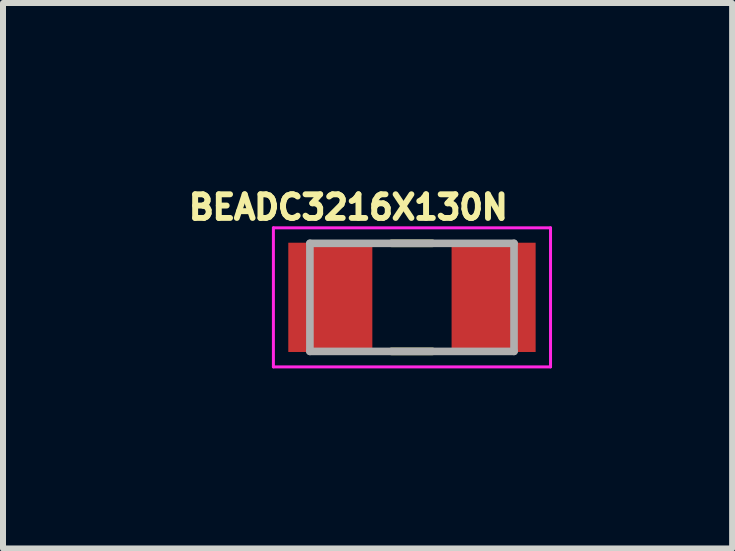
<source format=kicad_pcb>
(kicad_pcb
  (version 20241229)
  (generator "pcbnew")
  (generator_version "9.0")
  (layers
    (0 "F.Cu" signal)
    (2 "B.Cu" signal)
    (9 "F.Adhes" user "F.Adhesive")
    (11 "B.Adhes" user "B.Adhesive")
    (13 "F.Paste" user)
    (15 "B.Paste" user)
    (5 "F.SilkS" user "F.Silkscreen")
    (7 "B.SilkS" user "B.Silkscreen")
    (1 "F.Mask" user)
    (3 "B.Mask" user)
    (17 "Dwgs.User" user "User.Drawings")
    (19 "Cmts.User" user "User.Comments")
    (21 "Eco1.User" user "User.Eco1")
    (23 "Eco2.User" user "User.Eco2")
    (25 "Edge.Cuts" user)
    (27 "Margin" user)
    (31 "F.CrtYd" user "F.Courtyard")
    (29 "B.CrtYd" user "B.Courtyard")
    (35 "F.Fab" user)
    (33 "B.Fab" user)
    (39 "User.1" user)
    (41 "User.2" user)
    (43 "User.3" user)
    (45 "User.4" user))
  (footprint "BEADC3216X130N"
    (layer "F.Cu")
    (at 3.812 1.903)
    (property "Reference" "BEADC3216X130N" (at -1.06 -1.5 0) (layer "F.SilkS") (effects (font (size 0.394 0.394) (thickness 0.15))))
    (attr smd)
    (fp_line (start -0.34 -0.9) (end 0.34 -0.9) (stroke (width 0.127) (type solid)) (layer "F.SilkS"))
    (fp_line (start -0.34 0.9) (end 0.34 0.9) (stroke (width 0.127) (type solid)) (layer "F.SilkS"))
    (fp_line (start -2.308 -1.158) (end 2.308 -1.158) (stroke (width 0.05) (type solid)) (layer "F.CrtYd"))
    (fp_line (start -2.308 1.158) (end -2.308 -1.158) (stroke (width 0.05) (type solid)) (layer "F.CrtYd"))
    (fp_line (start -2.308 1.158) (end 2.308 1.158) (stroke (width 0.05) (type solid)) (layer "F.CrtYd"))
    (fp_line (start 2.308 1.158) (end 2.308 -1.158) (stroke (width 0.05) (type solid)) (layer "F.CrtYd"))
    (fp_line (start -1.7 0.9) (end -1.7 -0.9) (stroke (width 0.127) (type solid)) (layer "F.Fab"))
    (fp_line (start 1.7 -0.9) (end -1.7 -0.9) (stroke (width 0.127) (type solid)) (layer "F.Fab"))
    (fp_line (start 1.7 0.9) (end -1.7 0.9) (stroke (width 0.127) (type solid)) (layer "F.Fab"))
    (fp_line (start 1.7 0.9) (end 1.7 -0.9) (stroke (width 0.127) (type solid)) (layer "F.Fab"))
    (pad "1" smd rect (at -1.36 0) (size 1.4 1.82) (layers "F.Cu" "F.Mask" "F.Paste"))
    (pad "2" smd rect (at 1.36 0) (size 1.4 1.82) (layers "F.Cu" "F.Mask" "F.Paste")))
  (gr_rect
    (start -3 -3)
    (end 9.145 6.086)
    (stroke (width 0.1) (type default))
    (fill no)
    (layer "Edge.Cuts")))
</source>
